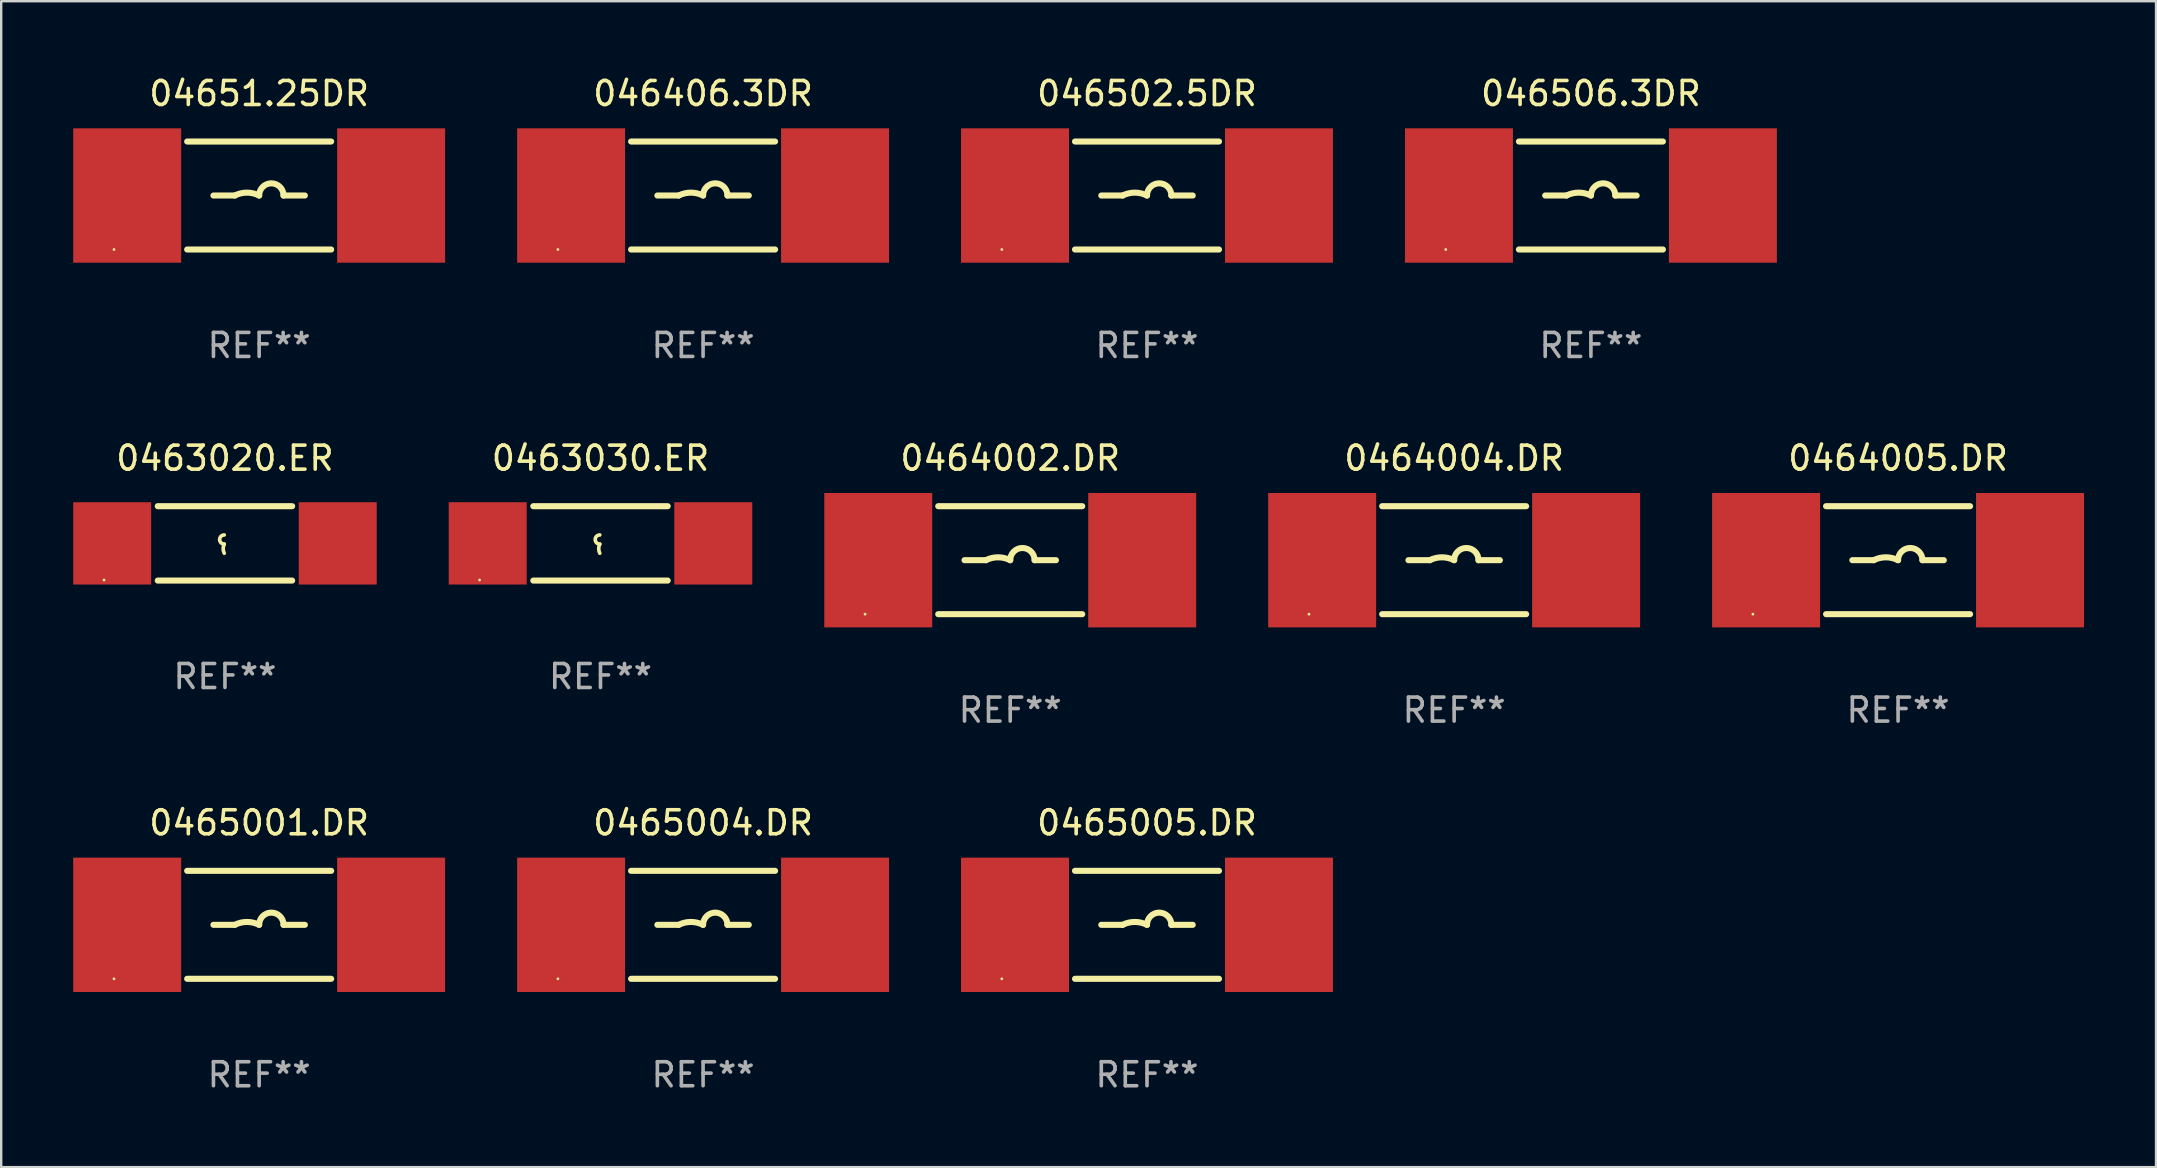
<source format=kicad_pcb>
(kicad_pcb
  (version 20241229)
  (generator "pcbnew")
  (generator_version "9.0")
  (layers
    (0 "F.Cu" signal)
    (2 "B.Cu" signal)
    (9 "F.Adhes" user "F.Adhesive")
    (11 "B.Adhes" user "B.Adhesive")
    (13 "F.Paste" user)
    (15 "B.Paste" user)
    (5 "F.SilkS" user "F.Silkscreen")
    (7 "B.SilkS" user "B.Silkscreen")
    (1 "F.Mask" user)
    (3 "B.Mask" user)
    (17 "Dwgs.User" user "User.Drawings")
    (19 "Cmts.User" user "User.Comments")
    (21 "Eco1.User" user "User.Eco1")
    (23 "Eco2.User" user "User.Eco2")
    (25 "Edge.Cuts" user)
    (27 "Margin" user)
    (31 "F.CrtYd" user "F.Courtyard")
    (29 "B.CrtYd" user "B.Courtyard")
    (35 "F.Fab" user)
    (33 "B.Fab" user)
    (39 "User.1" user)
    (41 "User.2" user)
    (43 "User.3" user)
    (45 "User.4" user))
  (footprint "046502.5DR"
    (layer "F.Cu")
    (at 44.75 5.098)
    (property "Reference" "046502.5DR" (at 0 -4.25 0) (layer "F.SilkS") (effects (font (size 1 1) (thickness 0.15))))
    (attr through_hole)
    (fp_line (start -3 -2.25) (end 3 -2.25) (stroke (width 0.254) (type solid)) (layer "F.SilkS"))
    (fp_line (start -3 2.25) (end 3 2.25) (stroke (width 0.254) (type solid)) (layer "F.SilkS"))
    (fp_line (start -1.905 0) (end -1.016 0) (stroke (width 0.254) (type solid)) (layer "F.SilkS"))
    (fp_line (start 1.905 0) (end 1.016 0) (stroke (width 0.254) (type solid)) (layer "F.SilkS"))
    (fp_arc (start -1.016002 0) (mid -0.508001 -0.119923) (end 0 0) (stroke (width 0.254001) (type solid)) (layer "F.SilkS"))
    (fp_arc (start 0 0) (mid 0.508001 -0.508001) (end 1.016002 0) (stroke (width 0.254001) (type solid)) (layer "F.SilkS"))
    (fp_circle (center -6.05 2.25) (end -6.02 2.25) (stroke (width 0.06) (type solid)) (fill no) (layer "F.SilkS"))
    (fp_text user "REF**" (at 0 6.25 0) (layer "F.Fab") (effects (font (size 1 1) (thickness 0.15))))
    (pad "1" smd rect (at -5.5 0 90) (size 5.6 4.5) (layers "F.Cu" "F.Mask" "F.Paste"))
    (pad "2" smd rect (at 5.5 0 90) (size 5.6 4.5) (layers "F.Cu" "F.Mask" "F.Paste")))
  (footprint "04651.25DR"
    (layer "F.Cu")
    (at 7.75 5.098)
    (property "Reference" "04651.25DR" (at 0 -4.25 0) (layer "F.SilkS") (effects (font (size 1 1) (thickness 0.15))))
    (attr through_hole)
    (fp_line (start -3 -2.25) (end 3 -2.25) (stroke (width 0.254) (type solid)) (layer "F.SilkS"))
    (fp_line (start -3 2.25) (end 3 2.25) (stroke (width 0.254) (type solid)) (layer "F.SilkS"))
    (fp_line (start -1.905 0) (end -1.016 0) (stroke (width 0.254) (type solid)) (layer "F.SilkS"))
    (fp_line (start 1.905 0) (end 1.016 0) (stroke (width 0.254) (type solid)) (layer "F.SilkS"))
    (fp_arc (start -1.016002 0) (mid -0.508001 -0.119923) (end 0 0) (stroke (width 0.254001) (type solid)) (layer "F.SilkS"))
    (fp_arc (start 0 0) (mid 0.508001 -0.508001) (end 1.016002 0) (stroke (width 0.254001) (type solid)) (layer "F.SilkS"))
    (fp_circle (center -6.05 2.25) (end -6.02 2.25) (stroke (width 0.06) (type solid)) (fill no) (layer "F.SilkS"))
    (fp_text user "REF**" (at 0 6.25 0) (layer "F.Fab") (effects (font (size 1 1) (thickness 0.15))))
    (pad "1" smd rect (at -5.5 0 90) (size 5.6 4.5) (layers "F.Cu" "F.Mask" "F.Paste"))
    (pad "2" smd rect (at 5.5 0 90) (size 5.6 4.5) (layers "F.Cu" "F.Mask" "F.Paste")))
  (footprint "0465001.DR"
    (layer "F.Cu")
    (at 7.75 35.491)
    (property "Reference" "0465001.DR" (at 0 -4.25 0) (layer "F.SilkS") (effects (font (size 1 1) (thickness 0.15))))
    (attr through_hole)
    (fp_line (start -3 -2.25) (end 3 -2.25) (stroke (width 0.254) (type solid)) (layer "F.SilkS"))
    (fp_line (start -3 2.25) (end 3 2.25) (stroke (width 0.254) (type solid)) (layer "F.SilkS"))
    (fp_line (start -1.905 0) (end -1.016 0) (stroke (width 0.254) (type solid)) (layer "F.SilkS"))
    (fp_line (start 1.905 0) (end 1.016 0) (stroke (width 0.254) (type solid)) (layer "F.SilkS"))
    (fp_arc (start -1.016002 0) (mid -0.508001 -0.119923) (end 0 0) (stroke (width 0.254001) (type solid)) (layer "F.SilkS"))
    (fp_arc (start 0 0) (mid 0.508001 -0.508001) (end 1.016002 0) (stroke (width 0.254001) (type solid)) (layer "F.SilkS"))
    (fp_circle (center -6.05 2.25) (end -6.02 2.25) (stroke (width 0.06) (type solid)) (fill no) (layer "F.SilkS"))
    (fp_text user "REF**" (at 0 6.25 0) (layer "F.Fab") (effects (font (size 1 1) (thickness 0.15))))
    (pad "1" smd rect (at -5.5 0 90) (size 5.6 4.5) (layers "F.Cu" "F.Mask" "F.Paste"))
    (pad "2" smd rect (at 5.5 0 90) (size 5.6 4.5) (layers "F.Cu" "F.Mask" "F.Paste")))
  (footprint "0463020.ER"
    (layer "F.Cu")
    (at 6.325 19.595)
    (property "Reference" "0463020.ER" (at 0 -3.55 0) (layer "F.SilkS") (effects (font (size 1 1) (thickness 0.15))))
    (attr through_hole)
    (fp_line (start -2.8 -1.55) (end 2.8 -1.55) (stroke (width 0.254) (type solid)) (layer "F.SilkS"))
    (fp_line (start -2.8 1.55) (end 2.8 1.55) (stroke (width 0.254) (type solid)) (layer "F.SilkS"))
    (fp_arc (start -0.029896 0.030074) (mid -0.220397 -0.160427) (end -0.029896 -0.350928) (stroke (width 0.151994) (type solid)) (layer "F.SilkS"))
    (fp_arc (start -0.029896 0.411075) (mid -0.074867 0.220574) (end -0.029896 0.030074) (stroke (width 0.151994) (type solid)) (layer "F.SilkS"))
    (fp_circle (center -5.04 1.525) (end -5.01 1.525) (stroke (width 0.06) (type solid)) (fill no) (layer "F.SilkS"))
    (fp_text user "REF**" (at 0 5.55 0) (layer "F.Fab") (effects (font (size 1 1) (thickness 0.15))))
    (pad "1" smd rect (at -4.7 0) (size 3.25 3.43) (layers "F.Cu" "F.Mask" "F.Paste"))
    (pad "2" smd rect (at 4.7 0) (size 3.25 3.43) (layers "F.Cu" "F.Mask" "F.Paste")))
  (footprint "046406.3DR"
    (layer "F.Cu")
    (at 26.25 5.098)
    (property "Reference" "046406.3DR" (at 0 -4.25 0) (layer "F.SilkS") (effects (font (size 1 1) (thickness 0.15))))
    (attr through_hole)
    (fp_line (start -3 -2.25) (end 3 -2.25) (stroke (width 0.254) (type solid)) (layer "F.SilkS"))
    (fp_line (start -3 2.25) (end 3 2.25) (stroke (width 0.254) (type solid)) (layer "F.SilkS"))
    (fp_line (start -1.905 0) (end -1.016 0) (stroke (width 0.254) (type solid)) (layer "F.SilkS"))
    (fp_line (start 1.905 0) (end 1.016 0) (stroke (width 0.254) (type solid)) (layer "F.SilkS"))
    (fp_arc (start -1.016002 0) (mid -0.508001 -0.119923) (end 0 0) (stroke (width 0.254001) (type solid)) (layer "F.SilkS"))
    (fp_arc (start 0 0) (mid 0.508001 -0.508001) (end 1.016002 0) (stroke (width 0.254001) (type solid)) (layer "F.SilkS"))
    (fp_circle (center -6.05 2.25) (end -6.02 2.25) (stroke (width 0.06) (type solid)) (fill no) (layer "F.SilkS"))
    (fp_text user "REF**" (at 0 6.25 0) (layer "F.Fab") (effects (font (size 1 1) (thickness 0.15))))
    (pad "1" smd rect (at -5.5 0 90) (size 5.6 4.5) (layers "F.Cu" "F.Mask" "F.Paste"))
    (pad "2" smd rect (at 5.5 0 90) (size 5.6 4.5) (layers "F.Cu" "F.Mask" "F.Paste")))
  (footprint "0463030.ER"
    (layer "F.Cu")
    (at 21.975 19.595)
    (property "Reference" "0463030.ER" (at 0 -3.55 0) (layer "F.SilkS") (effects (font (size 1 1) (thickness 0.15))))
    (attr through_hole)
    (fp_line (start -2.8 -1.55) (end 2.8 -1.55) (stroke (width 0.254) (type solid)) (layer "F.SilkS"))
    (fp_line (start -2.8 1.55) (end 2.8 1.55) (stroke (width 0.254) (type solid)) (layer "F.SilkS"))
    (fp_arc (start -0.029896 0.030074) (mid -0.220397 -0.160427) (end -0.029896 -0.350928) (stroke (width 0.151994) (type solid)) (layer "F.SilkS"))
    (fp_arc (start -0.029896 0.411075) (mid -0.074867 0.220574) (end -0.029896 0.030074) (stroke (width 0.151994) (type solid)) (layer "F.SilkS"))
    (fp_circle (center -5.04 1.525) (end -5.01 1.525) (stroke (width 0.06) (type solid)) (fill no) (layer "F.SilkS"))
    (fp_text user "REF**" (at 0 5.55 0) (layer "F.Fab") (effects (font (size 1 1) (thickness 0.15))))
    (pad "1" smd rect (at -4.7 0) (size 3.25 3.43) (layers "F.Cu" "F.Mask" "F.Paste"))
    (pad "2" smd rect (at 4.7 0) (size 3.25 3.43) (layers "F.Cu" "F.Mask" "F.Paste")))
  (footprint "0465005.DR"
    (layer "F.Cu")
    (at 44.75 35.491)
    (property "Reference" "0465005.DR" (at 0 -4.25 0) (layer "F.SilkS") (effects (font (size 1 1) (thickness 0.15))))
    (attr through_hole)
    (fp_line (start -3 -2.25) (end 3 -2.25) (stroke (width 0.254) (type solid)) (layer "F.SilkS"))
    (fp_line (start -3 2.25) (end 3 2.25) (stroke (width 0.254) (type solid)) (layer "F.SilkS"))
    (fp_line (start -1.905 0) (end -1.016 0) (stroke (width 0.254) (type solid)) (layer "F.SilkS"))
    (fp_line (start 1.905 0) (end 1.016 0) (stroke (width 0.254) (type solid)) (layer "F.SilkS"))
    (fp_arc (start -1.016002 0) (mid -0.508001 -0.119923) (end 0 0) (stroke (width 0.254001) (type solid)) (layer "F.SilkS"))
    (fp_arc (start 0 0) (mid 0.508001 -0.508001) (end 1.016002 0) (stroke (width 0.254001) (type solid)) (layer "F.SilkS"))
    (fp_circle (center -6.05 2.25) (end -6.02 2.25) (stroke (width 0.06) (type solid)) (fill no) (layer "F.SilkS"))
    (fp_text user "REF**" (at 0 6.25 0) (layer "F.Fab") (effects (font (size 1 1) (thickness 0.15))))
    (pad "1" smd rect (at -5.5 0 90) (size 5.6 4.5) (layers "F.Cu" "F.Mask" "F.Paste"))
    (pad "2" smd rect (at 5.5 0 90) (size 5.6 4.5) (layers "F.Cu" "F.Mask" "F.Paste")))
  (footprint "0465004.DR"
    (layer "F.Cu")
    (at 26.25 35.491)
    (property "Reference" "0465004.DR" (at 0 -4.25 0) (layer "F.SilkS") (effects (font (size 1 1) (thickness 0.15))))
    (attr through_hole)
    (fp_line (start -3 -2.25) (end 3 -2.25) (stroke (width 0.254) (type solid)) (layer "F.SilkS"))
    (fp_line (start -3 2.25) (end 3 2.25) (stroke (width 0.254) (type solid)) (layer "F.SilkS"))
    (fp_line (start -1.905 0) (end -1.016 0) (stroke (width 0.254) (type solid)) (layer "F.SilkS"))
    (fp_line (start 1.905 0) (end 1.016 0) (stroke (width 0.254) (type solid)) (layer "F.SilkS"))
    (fp_arc (start -1.016002 0) (mid -0.508001 -0.119923) (end 0 0) (stroke (width 0.254001) (type solid)) (layer "F.SilkS"))
    (fp_arc (start 0 0) (mid 0.508001 -0.508001) (end 1.016002 0) (stroke (width 0.254001) (type solid)) (layer "F.SilkS"))
    (fp_circle (center -6.05 2.25) (end -6.02 2.25) (stroke (width 0.06) (type solid)) (fill no) (layer "F.SilkS"))
    (fp_text user "REF**" (at 0 6.25 0) (layer "F.Fab") (effects (font (size 1 1) (thickness 0.15))))
    (pad "1" smd rect (at -5.5 0 90) (size 5.6 4.5) (layers "F.Cu" "F.Mask" "F.Paste"))
    (pad "2" smd rect (at 5.5 0 90) (size 5.6 4.5) (layers "F.Cu" "F.Mask" "F.Paste")))
  (footprint "0464002.DR"
    (layer "F.Cu")
    (at 39.05 20.295)
    (property "Reference" "0464002.DR" (at 0 -4.25 0) (layer "F.SilkS") (effects (font (size 1 1) (thickness 0.15))))
    (attr through_hole)
    (fp_line (start -3 -2.25) (end 3 -2.25) (stroke (width 0.254) (type solid)) (layer "F.SilkS"))
    (fp_line (start -3 2.25) (end 3 2.25) (stroke (width 0.254) (type solid)) (layer "F.SilkS"))
    (fp_line (start -1.905 0) (end -1.016 0) (stroke (width 0.254) (type solid)) (layer "F.SilkS"))
    (fp_line (start 1.905 0) (end 1.016 0) (stroke (width 0.254) (type solid)) (layer "F.SilkS"))
    (fp_arc (start -1.016002 0) (mid -0.508001 -0.119923) (end 0 0) (stroke (width 0.254001) (type solid)) (layer "F.SilkS"))
    (fp_arc (start 0 0) (mid 0.508001 -0.508001) (end 1.016002 0) (stroke (width 0.254001) (type solid)) (layer "F.SilkS"))
    (fp_circle (center -6.05 2.25) (end -6.02 2.25) (stroke (width 0.06) (type solid)) (fill no) (layer "F.SilkS"))
    (fp_text user "REF**" (at 0 6.25 0) (layer "F.Fab") (effects (font (size 1 1) (thickness 0.15))))
    (pad "1" smd rect (at -5.5 0 90) (size 5.6 4.5) (layers "F.Cu" "F.Mask" "F.Paste"))
    (pad "2" smd rect (at 5.5 0 90) (size 5.6 4.5) (layers "F.Cu" "F.Mask" "F.Paste")))
  (footprint "046506.3DR"
    (layer "F.Cu")
    (at 63.25 5.098)
    (property "Reference" "046506.3DR" (at 0 -4.25 0) (layer "F.SilkS") (effects (font (size 1 1) (thickness 0.15))))
    (attr through_hole)
    (fp_line (start -3 -2.25) (end 3 -2.25) (stroke (width 0.254) (type solid)) (layer "F.SilkS"))
    (fp_line (start -3 2.25) (end 3 2.25) (stroke (width 0.254) (type solid)) (layer "F.SilkS"))
    (fp_line (start -1.905 0) (end -1.016 0) (stroke (width 0.254) (type solid)) (layer "F.SilkS"))
    (fp_line (start 1.905 0) (end 1.016 0) (stroke (width 0.254) (type solid)) (layer "F.SilkS"))
    (fp_arc (start -1.016002 0) (mid -0.508001 -0.119923) (end 0 0) (stroke (width 0.254001) (type solid)) (layer "F.SilkS"))
    (fp_arc (start 0 0) (mid 0.508001 -0.508001) (end 1.016002 0) (stroke (width 0.254001) (type solid)) (layer "F.SilkS"))
    (fp_circle (center -6.05 2.25) (end -6.02 2.25) (stroke (width 0.06) (type solid)) (fill no) (layer "F.SilkS"))
    (fp_text user "REF**" (at 0 6.25 0) (layer "F.Fab") (effects (font (size 1 1) (thickness 0.15))))
    (pad "1" smd rect (at -5.5 0 90) (size 5.6 4.5) (layers "F.Cu" "F.Mask" "F.Paste"))
    (pad "2" smd rect (at 5.5 0 90) (size 5.6 4.5) (layers "F.Cu" "F.Mask" "F.Paste")))
  (footprint "0464005.DR"
    (layer "F.Cu")
    (at 76.05 20.295)
    (property "Reference" "0464005.DR" (at 0 -4.25 0) (layer "F.SilkS") (effects (font (size 1 1) (thickness 0.15))))
    (attr through_hole)
    (fp_line (start -3 -2.25) (end 3 -2.25) (stroke (width 0.254) (type solid)) (layer "F.SilkS"))
    (fp_line (start -3 2.25) (end 3 2.25) (stroke (width 0.254) (type solid)) (layer "F.SilkS"))
    (fp_line (start -1.905 0) (end -1.016 0) (stroke (width 0.254) (type solid)) (layer "F.SilkS"))
    (fp_line (start 1.905 0) (end 1.016 0) (stroke (width 0.254) (type solid)) (layer "F.SilkS"))
    (fp_arc (start -1.016002 0) (mid -0.508001 -0.119923) (end 0 0) (stroke (width 0.254001) (type solid)) (layer "F.SilkS"))
    (fp_arc (start 0 0) (mid 0.508001 -0.508001) (end 1.016002 0) (stroke (width 0.254001) (type solid)) (layer "F.SilkS"))
    (fp_circle (center -6.05 2.25) (end -6.02 2.25) (stroke (width 0.06) (type solid)) (fill no) (layer "F.SilkS"))
    (fp_text user "REF**" (at 0 6.25 0) (layer "F.Fab") (effects (font (size 1 1) (thickness 0.15))))
    (pad "1" smd rect (at -5.5 0 90) (size 5.6 4.5) (layers "F.Cu" "F.Mask" "F.Paste"))
    (pad "2" smd rect (at 5.5 0 90) (size 5.6 4.5) (layers "F.Cu" "F.Mask" "F.Paste")))
  (footprint "0464004.DR"
    (layer "F.Cu")
    (at 57.55 20.295)
    (property "Reference" "0464004.DR" (at 0 -4.25 0) (layer "F.SilkS") (effects (font (size 1 1) (thickness 0.15))))
    (attr through_hole)
    (fp_line (start -3 -2.25) (end 3 -2.25) (stroke (width 0.254) (type solid)) (layer "F.SilkS"))
    (fp_line (start -3 2.25) (end 3 2.25) (stroke (width 0.254) (type solid)) (layer "F.SilkS"))
    (fp_line (start -1.905 0) (end -1.016 0) (stroke (width 0.254) (type solid)) (layer "F.SilkS"))
    (fp_line (start 1.905 0) (end 1.016 0) (stroke (width 0.254) (type solid)) (layer "F.SilkS"))
    (fp_arc (start -1.016002 0) (mid -0.508001 -0.119923) (end 0 0) (stroke (width 0.254001) (type solid)) (layer "F.SilkS"))
    (fp_arc (start 0 0) (mid 0.508001 -0.508001) (end 1.016002 0) (stroke (width 0.254001) (type solid)) (layer "F.SilkS"))
    (fp_circle (center -6.05 2.25) (end -6.02 2.25) (stroke (width 0.06) (type solid)) (fill no) (layer "F.SilkS"))
    (fp_text user "REF**" (at 0 6.25 0) (layer "F.Fab") (effects (font (size 1 1) (thickness 0.15))))
    (pad "1" smd rect (at -5.5 0 90) (size 5.6 4.5) (layers "F.Cu" "F.Mask" "F.Paste"))
    (pad "2" smd rect (at 5.5 0 90) (size 5.6 4.5) (layers "F.Cu" "F.Mask" "F.Paste")))
  (gr_rect
    (start -3 -3)
    (end 86.8 45.59)
    (stroke (width 0.1) (type default))
    (fill no)
    (layer "Edge.Cuts")))
</source>
